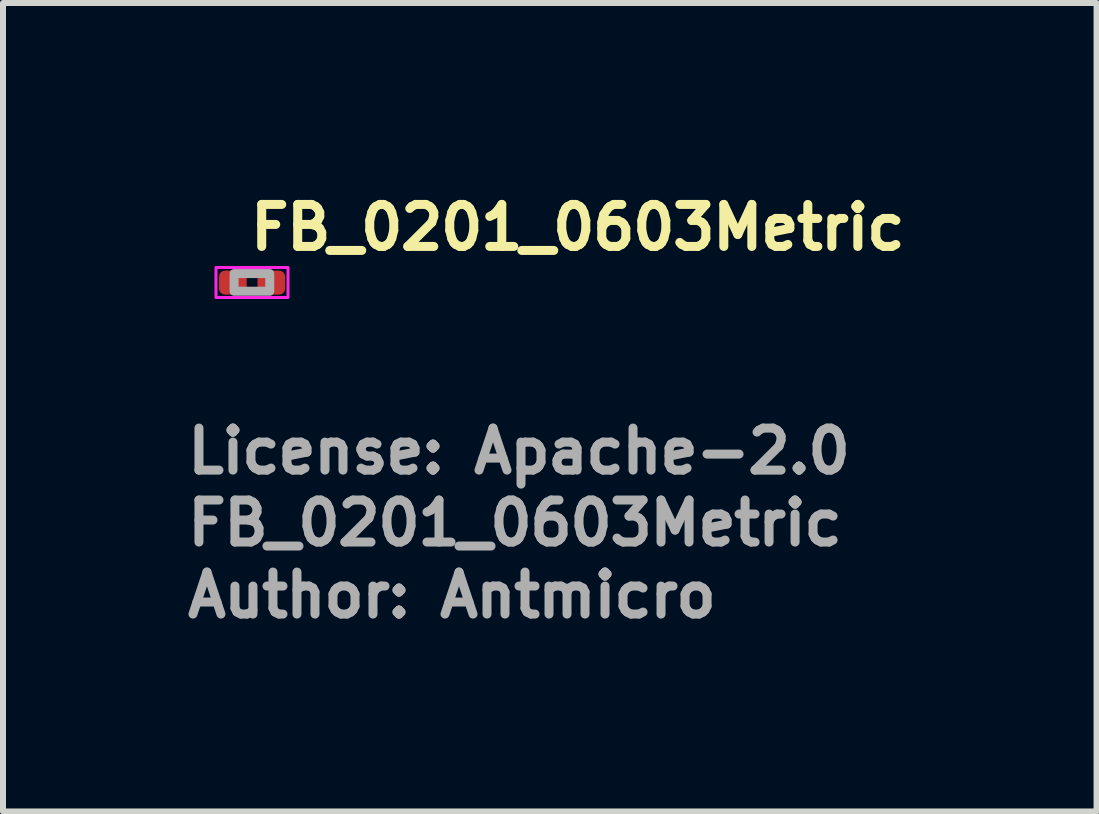
<source format=kicad_pcb>
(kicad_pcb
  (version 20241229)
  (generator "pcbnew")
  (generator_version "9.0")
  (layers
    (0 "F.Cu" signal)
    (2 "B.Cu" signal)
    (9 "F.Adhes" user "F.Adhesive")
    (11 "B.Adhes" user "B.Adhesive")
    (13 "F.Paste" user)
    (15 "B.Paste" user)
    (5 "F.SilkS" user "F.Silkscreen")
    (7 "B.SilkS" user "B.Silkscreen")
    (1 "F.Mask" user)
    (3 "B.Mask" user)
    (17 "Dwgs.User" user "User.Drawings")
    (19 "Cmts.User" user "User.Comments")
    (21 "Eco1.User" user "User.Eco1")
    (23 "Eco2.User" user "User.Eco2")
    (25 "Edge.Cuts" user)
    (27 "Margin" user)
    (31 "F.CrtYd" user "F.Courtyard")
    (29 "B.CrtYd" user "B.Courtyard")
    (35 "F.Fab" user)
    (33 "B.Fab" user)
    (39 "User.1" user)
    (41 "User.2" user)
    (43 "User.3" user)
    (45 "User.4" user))
  (footprint "FB_0201_0603Metric"
    (layer "F.Cu")
    (at 1.149 1.657)
    (property "Reference" "FB_0201_0603Metric" (at -0.103 -0.507 0) (unlocked yes) (layer "F.SilkS") (effects (font (size 0.7 0.7) (thickness 0.15)) (justify left bottom)))
    (attr smd)
    (fp_rect (start -0.6 -0.25) (end 0.6 0.25) (stroke (width 0.05) (type solid)) (fill no) (layer "F.CrtYd"))
    (fp_rect (start -0.298 -0.148) (end 0.296 0.146) (stroke (width 0.15) (type solid)) (fill no) (layer "F.Fab"))
    (fp_rect (start -0.298 -0.148) (end 0.296 0.146) (stroke (width 0.1) (type solid)) (fill no) (layer "User.5"))
    (fp_line (start -0.3 -0.15) (end -0.2 -0.15) (stroke (width 0.01) (type solid)) (layer "User.9"))
    (fp_line (start -0.3 0.15) (end -0.3 -0.15) (stroke (width 0.01) (type solid)) (layer "User.9"))
    (fp_line (start -0.3 0.15) (end -0.2 0.15) (stroke (width 0.01) (type solid)) (layer "User.9"))
    (fp_line (start -0.298 0.146) (end -0.298 -0.148) (stroke (width 0.02) (type solid)) (layer "User.9"))
    (fp_line (start -0.248 -0.148) (end -0.298 -0.148) (stroke (width 0.02) (type solid)) (layer "User.9"))
    (fp_line (start -0.248 -0.148) (end -0.248 -0.104) (stroke (width 0.02) (type solid)) (layer "User.9"))
    (fp_line (start -0.248 -0.104) (end -0.204 -0.104) (stroke (width 0.02) (type solid)) (layer "User.9"))
    (fp_line (start -0.248 0.102) (end -0.248 0.146) (stroke (width 0.02) (type solid)) (layer "User.9"))
    (fp_line (start -0.248 0.146) (end -0.298 0.146) (stroke (width 0.02) (type solid)) (layer "User.9"))
    (fp_line (start -0.204 -0.148) (end -0.248 -0.148) (stroke (width 0.02) (type solid)) (layer "User.9"))
    (fp_line (start -0.204 -0.148) (end -0.204 0.146) (stroke (width 0.02) (type solid)) (layer "User.9"))
    (fp_line (start -0.204 0.102) (end -0.248 0.102) (stroke (width 0.02) (type solid)) (layer "User.9"))
    (fp_line (start -0.204 0.102) (end -0.204 -0.104) (stroke (width 0.02) (type solid)) (layer "User.9"))
    (fp_line (start -0.204 0.146) (end -0.248 0.146) (stroke (width 0.02) (type solid)) (layer "User.9"))
    (fp_line (start -0.204 0.146) (end 0.202 0.146) (stroke (width 0.02) (type solid)) (layer "User.9"))
    (fp_line (start -0.2 -0.147) (end 0.2 -0.147) (stroke (width 0.01) (type solid)) (layer "User.9"))
    (fp_line (start -0.2 0.147) (end 0.2 0.147) (stroke (width 0.01) (type solid)) (layer "User.9"))
    (fp_line (start -0.2 0.15) (end -0.2 -0.15) (stroke (width 0.01) (type solid)) (layer "User.9"))
    (fp_line (start 0.2 -0.15) (end 0.3 -0.15) (stroke (width 0.01) (type solid)) (layer "User.9"))
    (fp_line (start 0.2 0.15) (end 0.2 -0.15) (stroke (width 0.01) (type solid)) (layer "User.9"))
    (fp_line (start 0.2 0.15) (end 0.3 0.15) (stroke (width 0.01) (type solid)) (layer "User.9"))
    (fp_line (start 0.202 -0.148) (end -0.204 -0.148) (stroke (width 0.02) (type solid)) (layer "User.9"))
    (fp_line (start 0.202 -0.104) (end 0.246 -0.104) (stroke (width 0.02) (type solid)) (layer "User.9"))
    (fp_line (start 0.202 0.102) (end 0.202 -0.104) (stroke (width 0.02) (type solid)) (layer "User.9"))
    (fp_line (start 0.202 0.146) (end 0.202 -0.148) (stroke (width 0.02) (type solid)) (layer "User.9"))
    (fp_line (start 0.246 -0.148) (end 0.202 -0.148) (stroke (width 0.02) (type solid)) (layer "User.9"))
    (fp_line (start 0.246 -0.148) (end 0.296 -0.148) (stroke (width 0.02) (type solid)) (layer "User.9"))
    (fp_line (start 0.246 -0.104) (end 0.246 -0.148) (stroke (width 0.02) (type solid)) (layer "User.9"))
    (fp_line (start 0.246 0.102) (end 0.202 0.102) (stroke (width 0.02) (type solid)) (layer "User.9"))
    (fp_line (start 0.246 0.146) (end 0.202 0.146) (stroke (width 0.02) (type solid)) (layer "User.9"))
    (fp_line (start 0.246 0.146) (end 0.246 0.102) (stroke (width 0.02) (type solid)) (layer "User.9"))
    (fp_line (start 0.246 0.146) (end 0.296 0.146) (stroke (width 0.02) (type solid)) (layer "User.9"))
    (fp_line (start 0.296 0.146) (end 0.296 -0.148) (stroke (width 0.02) (type solid)) (layer "User.9"))
    (fp_line (start 0.3 0.15) (end 0.3 -0.15) (stroke (width 0.01) (type solid)) (layer "User.9"))
    (fp_text user "${REFERENCE}" (at -1.149 4.419 0) (unlocked yes) (layer "F.Fab") (effects (font (size 0.7 0.7) (thickness 0.15)) (justify left bottom)))
    (fp_text user "Author: Antmicro" (at -1.149 5.619 0) (layer "F.Fab") (effects (font (size 0.7 0.7) (thickness 0.15)) (justify left bottom)))
    (fp_text user "License: Apache-2.0" (at -1.149 3.22 0) (layer "F.Fab") (effects (font (size 0.7 0.7) (thickness 0.15)) (justify left bottom)))
    (pad "" smd roundrect (at -0.348 0.002) (size 0.318 0.36) (layers "F.Paste") (roundrect_rratio 0.25))
    (pad "" smd roundrect (at 0.346 0.002) (size 0.318 0.36) (layers "F.Paste") (roundrect_rratio 0.25))
    (pad "1" smd roundrect (at -0.318 0.002) (size 0.46 0.4) (layers "F.Cu" "F.Mask") (roundrect_rratio 0.25))
    (pad "2" smd roundrect (at 0.322 0.002) (size 0.46 0.4) (layers "F.Cu" "F.Mask") (roundrect_rratio 0.25)))
  (gr_rect
    (start -3 -3)
    (end 15.223 10.472)
    (stroke (width 0.1) (type default))
    (fill no)
    (layer "Edge.Cuts")))
</source>
